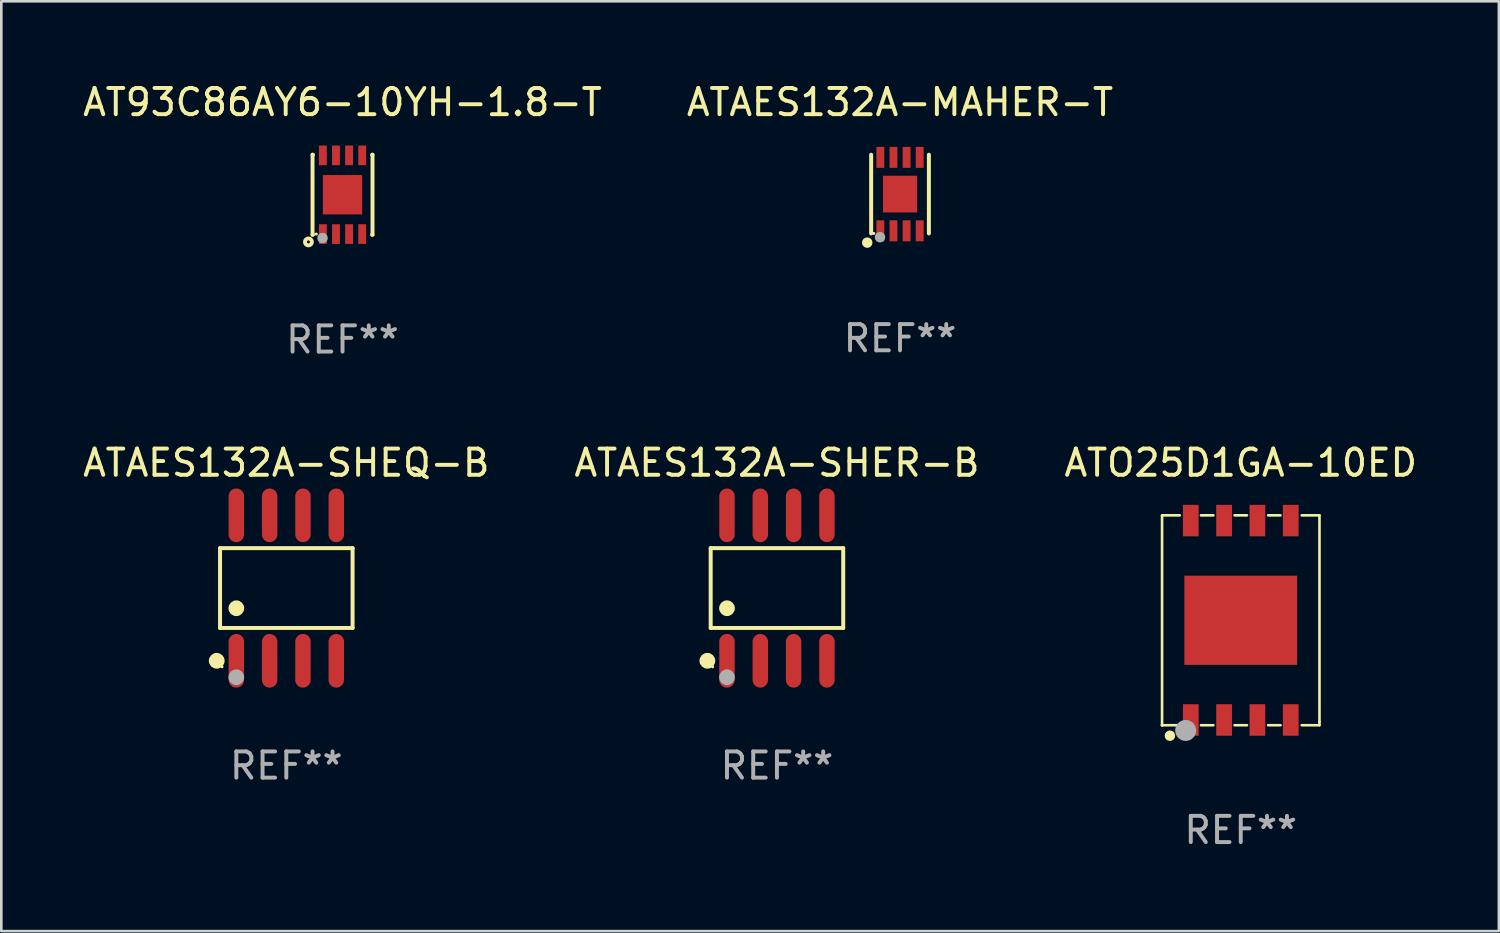
<source format=kicad_pcb>
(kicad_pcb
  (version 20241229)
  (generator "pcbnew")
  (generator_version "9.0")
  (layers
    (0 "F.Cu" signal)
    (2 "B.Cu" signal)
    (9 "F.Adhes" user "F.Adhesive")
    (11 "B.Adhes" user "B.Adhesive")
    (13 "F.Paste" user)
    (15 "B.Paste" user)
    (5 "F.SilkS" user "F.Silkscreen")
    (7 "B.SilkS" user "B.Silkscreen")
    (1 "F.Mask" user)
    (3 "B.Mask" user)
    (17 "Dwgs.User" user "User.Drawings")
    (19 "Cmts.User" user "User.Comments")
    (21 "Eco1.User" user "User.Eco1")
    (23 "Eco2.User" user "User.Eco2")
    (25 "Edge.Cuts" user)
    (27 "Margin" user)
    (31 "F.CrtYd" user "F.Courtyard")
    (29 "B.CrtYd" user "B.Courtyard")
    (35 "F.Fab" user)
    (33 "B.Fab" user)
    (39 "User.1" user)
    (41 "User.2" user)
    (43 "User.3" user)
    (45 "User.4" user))
  (footprint "ATO25D1GA-10ED"
    (layer "F.Cu")
    (at 44.244 20.593)
    (property "Reference" "ATO25D1GA-10ED" (at 0 -6 0) (layer "F.SilkS") (effects (font (size 1 1) (thickness 0.15))))
    (attr through_hole)
    (fp_line (start -3 -4) (end -3 4) (stroke (width 0.1) (type solid)) (layer "F.SilkS"))
    (fp_line (start -3 -4) (end -2.324 -4) (stroke (width 0.1) (type solid)) (layer "F.SilkS"))
    (fp_line (start -3 4) (end -2.324 4) (stroke (width 0.1) (type solid)) (layer "F.SilkS"))
    (fp_line (start -1.516 -4) (end -1.044 -4) (stroke (width 0.1) (type solid)) (layer "F.SilkS"))
    (fp_line (start -1.516 4) (end -1.044 4) (stroke (width 0.1) (type solid)) (layer "F.SilkS"))
    (fp_line (start -0.236 -4) (end 0.236 -4) (stroke (width 0.1) (type solid)) (layer "F.SilkS"))
    (fp_line (start -0.236 4) (end 0.236 4) (stroke (width 0.1) (type solid)) (layer "F.SilkS"))
    (fp_line (start 1.044 -4) (end 1.516 -4) (stroke (width 0.1) (type solid)) (layer "F.SilkS"))
    (fp_line (start 1.044 4) (end 1.516 4) (stroke (width 0.1) (type solid)) (layer "F.SilkS"))
    (fp_line (start 2.324 -4) (end 3 -4) (stroke (width 0.1) (type solid)) (layer "F.SilkS"))
    (fp_line (start 2.324 4) (end 3 4) (stroke (width 0.1) (type solid)) (layer "F.SilkS"))
    (fp_line (start 3 -4) (end 3 3.863) (stroke (width 0.1) (type solid)) (layer "F.SilkS"))
    (fp_line (start 3 3.863) (end 3 4) (stroke (width 0.1) (type solid)) (layer "F.SilkS"))
    (fp_circle (center -3 4) (end -2.97 4) (stroke (width 0.06) (type solid)) (fill no) (layer "F.SilkS"))
    (fp_circle (center -2.7 4.4) (end -2.6 4.4) (stroke (width 0.2) (type solid)) (fill no) (layer "F.SilkS"))
    (fp_circle (center -2.1 4.2) (end -1.9 4.2) (stroke (width 0.4) (type solid)) (fill no) (layer "F.Fab"))
    (fp_text user "REF**" (at 0 8 0) (layer "F.Fab") (effects (font (size 1 1) (thickness 0.15))))
    (pad "1" smd rect (at -1.905 3.8) (size 0.6 1.2) (layers "F.Cu" "F.Mask" "F.Paste"))
    (pad "2" smd rect (at -0.635 3.8) (size 0.6 1.2) (layers "F.Cu" "F.Mask" "F.Paste"))
    (pad "3" smd rect (at 0.635 3.8) (size 0.6 1.2) (layers "F.Cu" "F.Mask" "F.Paste"))
    (pad "4" smd rect (at 1.905 3.8) (size 0.6 1.2) (layers "F.Cu" "F.Mask" "F.Paste"))
    (pad "5" smd rect (at 1.905 -3.8) (size 0.6 1.2) (layers "F.Cu" "F.Mask" "F.Paste"))
    (pad "6" smd rect (at 0.635 -3.8) (size 0.6 1.2) (layers "F.Cu" "F.Mask" "F.Paste"))
    (pad "7" smd rect (at -0.635 -3.8) (size 0.6 1.2) (layers "F.Cu" "F.Mask" "F.Paste"))
    (pad "8" smd rect (at -1.905 -3.8) (size 0.6 1.2) (layers "F.Cu" "F.Mask" "F.Paste"))
    (pad "9" smd rect (at 0.000127 0.000025 90) (size 3.4 4.3) (layers "F.Cu" "F.Mask" "F.Paste")))
  (footprint "ATAES132A-SHEQ-B"
    (layer "F.Cu")
    (at 7.863 19.365)
    (property "Reference" "ATAES132A-SHEQ-B" (at 0 -4.772 0) (layer "F.SilkS") (effects (font (size 1 1) (thickness 0.15))))
    (attr through_hole)
    (fp_line (start -2.526 -1.521) (end 2.526 -1.521) (stroke (width 0.152) (type solid)) (layer "F.SilkS"))
    (fp_line (start -2.526 1.521) (end -2.526 -1.521) (stroke (width 0.152) (type solid)) (layer "F.SilkS"))
    (fp_line (start 2.526 -1.521) (end 2.526 1.521) (stroke (width 0.152) (type solid)) (layer "F.SilkS"))
    (fp_line (start 2.526 1.521) (end -2.526 1.521) (stroke (width 0.152) (type solid)) (layer "F.SilkS"))
    (fp_circle (center -2.652 2.772) (end -2.501 2.772) (stroke (width 0.3) (type solid)) (fill no) (layer "F.SilkS"))
    (fp_circle (center -2.45 3) (end -2.42 3) (stroke (width 0.06) (type solid)) (fill no) (layer "F.SilkS"))
    (fp_circle (center -1.905 0.769) (end -1.755 0.769) (stroke (width 0.3) (type solid)) (fill no) (layer "F.SilkS"))
    (fp_circle (center -1.905 3.4) (end -1.755 3.4) (stroke (width 0.3) (type solid)) (fill no) (layer "F.Fab"))
    (fp_text user "REF**" (at 0 6.772 0) (layer "F.Fab") (effects (font (size 1 1) (thickness 0.15))))
    (pad "1" smd oval (at -1.905 2.772) (size 0.588 2.045) (layers "F.Cu" "F.Mask" "F.Paste"))
    (pad "2" smd oval (at -0.635 2.772) (size 0.588 2.045) (layers "F.Cu" "F.Mask" "F.Paste"))
    (pad "3" smd oval (at 0.635 2.772) (size 0.588 2.045) (layers "F.Cu" "F.Mask" "F.Paste"))
    (pad "4" smd oval (at 1.905 2.772) (size 0.588 2.045) (layers "F.Cu" "F.Mask" "F.Paste"))
    (pad "5" smd oval (at 1.905 -2.772) (size 0.588 2.045) (layers "F.Cu" "F.Mask" "F.Paste"))
    (pad "6" smd oval (at 0.635 -2.772) (size 0.588 2.045) (layers "F.Cu" "F.Mask" "F.Paste"))
    (pad "7" smd oval (at -0.635 -2.772) (size 0.588 2.045) (layers "F.Cu" "F.Mask" "F.Paste"))
    (pad "8" smd oval (at -1.905 -2.772) (size 0.588 2.045) (layers "F.Cu" "F.Mask" "F.Paste")))
  (footprint "ATAES132A-MAHER-T"
    (layer "F.Cu")
    (at 31.256 4.348)
    (property "Reference" "ATAES132A-MAHER-T" (at 0 -3.5 0) (layer "F.SilkS") (effects (font (size 1 1) (thickness 0.15))))
    (attr through_hole)
    (fp_line (start -1.1 1.5) (end -1.1 -1.5) (stroke (width 0.152) (type solid)) (layer "F.SilkS"))
    (fp_line (start 1.1 -1.5) (end 1.1 1.5) (stroke (width 0.152) (type solid)) (layer "F.SilkS"))
    (fp_circle (center -1.25 1.85) (end -1.15 1.85) (stroke (width 0.2) (type solid)) (fill no) (layer "F.SilkS"))
    (fp_circle (center -1 1.5) (end -0.97 1.5) (stroke (width 0.06) (type solid)) (fill no) (layer "F.SilkS"))
    (fp_circle (center -0.763 1.644) (end -0.663 1.644) (stroke (width 0.2) (type solid)) (fill no) (layer "F.Fab"))
    (fp_text user "REF**" (at 0 5.5 0) (layer "F.Fab") (effects (font (size 1 1) (thickness 0.15))))
    (pad "1" smd rect (at -0.75 1.4 180) (size 0.3 0.8) (layers "F.Cu" "F.Mask" "F.Paste"))
    (pad "2" smd rect (at -0.25 1.4) (size 0.3 0.8) (layers "F.Cu" "F.Mask" "F.Paste"))
    (pad "3" smd rect (at 0.25 1.4) (size 0.3 0.8) (layers "F.Cu" "F.Mask" "F.Paste"))
    (pad "4" smd rect (at 0.75 1.4) (size 0.3 0.8) (layers "F.Cu" "F.Mask" "F.Paste"))
    (pad "5" smd rect (at 0.75 -1.4) (size 0.3 0.8) (layers "F.Cu" "F.Mask" "F.Paste"))
    (pad "6" smd rect (at 0.25 -1.4) (size 0.3 0.8) (layers "F.Cu" "F.Mask" "F.Paste"))
    (pad "7" smd rect (at -0.25 -1.4) (size 0.3 0.8) (layers "F.Cu" "F.Mask" "F.Paste"))
    (pad "8" smd rect (at -0.75 -1.4) (size 0.3 0.8) (layers "F.Cu" "F.Mask" "F.Paste"))
    (pad "9" smd rect (at 0 0 180) (size 1.3 1.4) (layers "F.Cu" "F.Mask" "F.Paste")))
  (footprint "AT93C86AY6-10YH-1.8-T"
    (layer "F.Cu")
    (at 10.006 4.372)
    (property "Reference" "AT93C86AY6-10YH-1.8-T" (at 0 -3.524 0) (layer "F.SilkS") (effects (font (size 1 1) (thickness 0.15))))
    (attr through_hole)
    (fp_line (start -1.143 -1.524) (end -1.143 1.524) (stroke (width 0.15) (type solid)) (layer "F.SilkS"))
    (fp_line (start -1.143 1.524) (end -1.129 1.524) (stroke (width 0.15) (type solid)) (layer "F.SilkS"))
    (fp_line (start -1.129 -1.524) (end -1.143 -1.524) (stroke (width 0.15) (type solid)) (layer "F.SilkS"))
    (fp_line (start 1.129 1.524) (end 1.143 1.524) (stroke (width 0.15) (type solid)) (layer "F.SilkS"))
    (fp_line (start 1.143 -1.524) (end 1.129 -1.524) (stroke (width 0.15) (type solid)) (layer "F.SilkS"))
    (fp_line (start 1.143 1.524) (end 1.143 -1.524) (stroke (width 0.15) (type solid)) (layer "F.SilkS"))
    (fp_circle (center -1.3 1.8) (end -1.243 1.8) (stroke (width 0.15) (type solid)) (fill no) (layer "F.SilkS"))
    (fp_circle (center -1 1.5) (end -0.97 1.5) (stroke (width 0.06) (type solid)) (fill no) (layer "F.SilkS"))
    (fp_circle (center -0.762 1.651) (end -0.662 1.651) (stroke (width 0.2) (type solid)) (fill no) (layer "F.Fab"))
    (fp_text user "REF**" (at 0 5.524 0) (layer "F.Fab") (effects (font (size 1 1) (thickness 0.15))))
    (pad "1" smd rect (at -0.75 1.5 90) (size 0.75 0.3) (layers "F.Cu" "F.Mask" "F.Paste"))
    (pad "2" smd rect (at -0.25 1.5 90) (size 0.75 0.3) (layers "F.Cu" "F.Mask" "F.Paste"))
    (pad "3" smd rect (at 0.25 1.5 90) (size 0.75 0.3) (layers "F.Cu" "F.Mask" "F.Paste"))
    (pad "4" smd rect (at 0.75 1.5 90) (size 0.75 0.3) (layers "F.Cu" "F.Mask" "F.Paste"))
    (pad "5" smd rect (at 0.75 -1.5 90) (size 0.75 0.3) (layers "F.Cu" "F.Mask" "F.Paste"))
    (pad "6" smd rect (at 0.25 -1.5 90) (size 0.75 0.3) (layers "F.Cu" "F.Mask" "F.Paste"))
    (pad "7" smd rect (at -0.25 -1.5 90) (size 0.75 0.3) (layers "F.Cu" "F.Mask" "F.Paste"))
    (pad "8" smd rect (at -0.75 -1.5 90) (size 0.75 0.3) (layers "F.Cu" "F.Mask" "F.Paste"))
    (pad "9" smd rect (at -0.000203 0.000457 90) (size 1.5 1.5) (layers "F.Cu" "F.Mask" "F.Paste")))
  (footprint "ATAES132A-SHER-B"
    (layer "F.Cu")
    (at 26.565 19.365)
    (property "Reference" "ATAES132A-SHER-B" (at 0 -4.772 0) (layer "F.SilkS") (effects (font (size 1 1) (thickness 0.15))))
    (attr through_hole)
    (fp_line (start -2.526 -1.521) (end 2.526 -1.521) (stroke (width 0.152) (type solid)) (layer "F.SilkS"))
    (fp_line (start -2.526 1.521) (end -2.526 -1.521) (stroke (width 0.152) (type solid)) (layer "F.SilkS"))
    (fp_line (start 2.526 -1.521) (end 2.526 1.521) (stroke (width 0.152) (type solid)) (layer "F.SilkS"))
    (fp_line (start 2.526 1.521) (end -2.526 1.521) (stroke (width 0.152) (type solid)) (layer "F.SilkS"))
    (fp_circle (center -2.652 2.772) (end -2.501 2.772) (stroke (width 0.3) (type solid)) (fill no) (layer "F.SilkS"))
    (fp_circle (center -2.45 3) (end -2.42 3) (stroke (width 0.06) (type solid)) (fill no) (layer "F.SilkS"))
    (fp_circle (center -1.905 0.769) (end -1.755 0.769) (stroke (width 0.3) (type solid)) (fill no) (layer "F.SilkS"))
    (fp_circle (center -1.905 3.4) (end -1.755 3.4) (stroke (width 0.3) (type solid)) (fill no) (layer "F.Fab"))
    (fp_text user "REF**" (at 0 6.772 0) (layer "F.Fab") (effects (font (size 1 1) (thickness 0.15))))
    (pad "1" smd oval (at -1.905 2.772) (size 0.588 2.045) (layers "F.Cu" "F.Mask" "F.Paste"))
    (pad "2" smd oval (at -0.635 2.772) (size 0.588 2.045) (layers "F.Cu" "F.Mask" "F.Paste"))
    (pad "3" smd oval (at 0.635 2.772) (size 0.588 2.045) (layers "F.Cu" "F.Mask" "F.Paste"))
    (pad "4" smd oval (at 1.905 2.772) (size 0.588 2.045) (layers "F.Cu" "F.Mask" "F.Paste"))
    (pad "5" smd oval (at 1.905 -2.772) (size 0.588 2.045) (layers "F.Cu" "F.Mask" "F.Paste"))
    (pad "6" smd oval (at 0.635 -2.772) (size 0.588 2.045) (layers "F.Cu" "F.Mask" "F.Paste"))
    (pad "7" smd oval (at -0.635 -2.772) (size 0.588 2.045) (layers "F.Cu" "F.Mask" "F.Paste"))
    (pad "8" smd oval (at -1.905 -2.772) (size 0.588 2.045) (layers "F.Cu" "F.Mask" "F.Paste")))
  (gr_rect
    (start -3 -3)
    (end 54.083 32.441)
    (stroke (width 0.1) (type default))
    (fill no)
    (layer "Edge.Cuts")))
</source>
